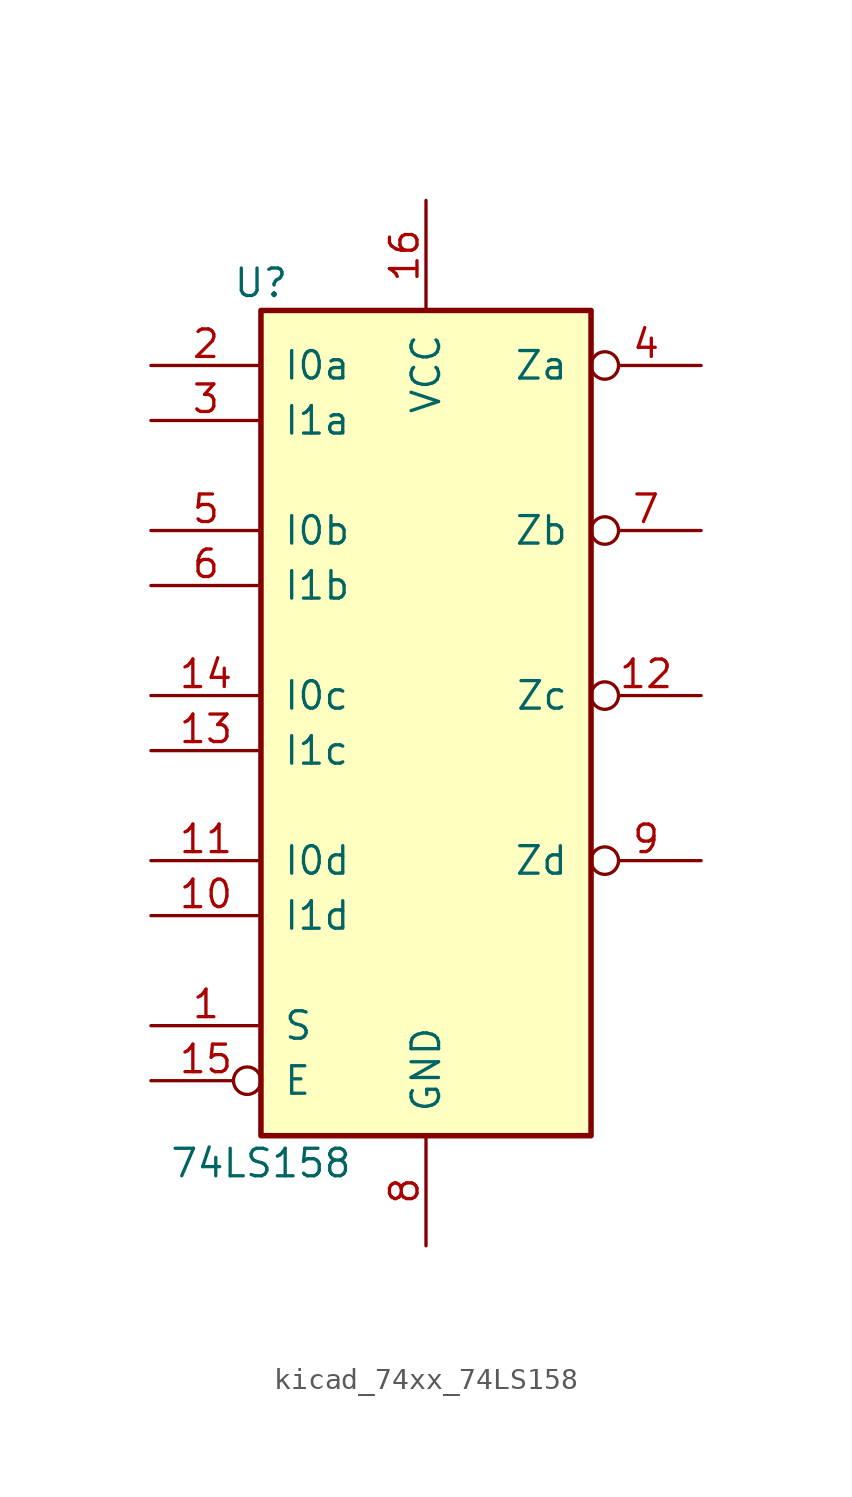
<source format=kicad_sym>
(kicad_symbol_lib
  (version 20220914)
  (generator kicad_symbol_editor)
  (symbol "kicad_74xx_74LS158"
    (pin_names
      (offset 1.016))
    (property "Reference" "U"
      (at -7.62 19.05 0)
      (effects (font (size 1.27 1.27))))
    (property "Value" "74LS158"
      (at -7.62 -21.59 0)
      (effects (font (size 1.27 1.27))))
    (property "ki_locked" ""
      (at 0 0 0)
      (effects (font (size 1.27 1.27))))
    (symbol "kicad_74xx_74LS158_1_0"
      (pin input line (at -12.7 -15.24 0) (length 5.08) (name "S" (effects (font (size 1.27 1.27)))) (number "1" (effects (font (size 1.27 1.27)))))
      (pin input line (at -12.7 -10.16 0) (length 5.08) (name "I1d" (effects (font (size 1.27 1.27)))) (number "10" (effects (font (size 1.27 1.27)))))
      (pin input line (at -12.7 -7.62 0) (length 5.08) (name "I0d" (effects (font (size 1.27 1.27)))) (number "11" (effects (font (size 1.27 1.27)))))
      (pin output inverted (at 12.7 0 180) (length 5.08) (name "Zc" (effects (font (size 1.27 1.27)))) (number "12" (effects (font (size 1.27 1.27)))))
      (pin input line (at -12.7 -2.54 0) (length 5.08) (name "I1c" (effects (font (size 1.27 1.27)))) (number "13" (effects (font (size 1.27 1.27)))))
      (pin input line (at -12.7 0 0) (length 5.08) (name "I0c" (effects (font (size 1.27 1.27)))) (number "14" (effects (font (size 1.27 1.27)))))
      (pin input inverted (at -12.7 -17.78 0) (length 5.08) (name "E" (effects (font (size 1.27 1.27)))) (number "15" (effects (font (size 1.27 1.27)))))
      (pin power_in line (at 0 22.86 270) (length 5.08) (name "VCC" (effects (font (size 1.27 1.27)))) (number "16" (effects (font (size 1.27 1.27)))))
      (pin input line (at -12.7 15.24 0) (length 5.08) (name "I0a" (effects (font (size 1.27 1.27)))) (number "2" (effects (font (size 1.27 1.27)))))
      (pin input line (at -12.7 12.7 0) (length 5.08) (name "I1a" (effects (font (size 1.27 1.27)))) (number "3" (effects (font (size 1.27 1.27)))))
      (pin output inverted (at 12.7 15.24 180) (length 5.08) (name "Za" (effects (font (size 1.27 1.27)))) (number "4" (effects (font (size 1.27 1.27)))))
      (pin input line (at -12.7 7.62 0) (length 5.08) (name "I0b" (effects (font (size 1.27 1.27)))) (number "5" (effects (font (size 1.27 1.27)))))
      (pin input line (at -12.7 5.08 0) (length 5.08) (name "I1b" (effects (font (size 1.27 1.27)))) (number "6" (effects (font (size 1.27 1.27)))))
      (pin output inverted (at 12.7 7.62 180) (length 5.08) (name "Zb" (effects (font (size 1.27 1.27)))) (number "7" (effects (font (size 1.27 1.27)))))
      (pin power_in line (at 0 -25.4 90) (length 5.08) (name "GND" (effects (font (size 1.27 1.27)))) (number "8" (effects (font (size 1.27 1.27)))))
      (pin output inverted (at 12.7 -7.62 180) (length 5.08) (name "Zd" (effects (font (size 1.27 1.27)))) (number "9" (effects (font (size 1.27 1.27))))))
    (symbol "kicad_74xx_74LS158_1_1"
      (rectangle (start -7.62 17.78) (end 7.62 -20.32) (stroke (width 0.254) (type default)) (fill (type background))))))
</source>
